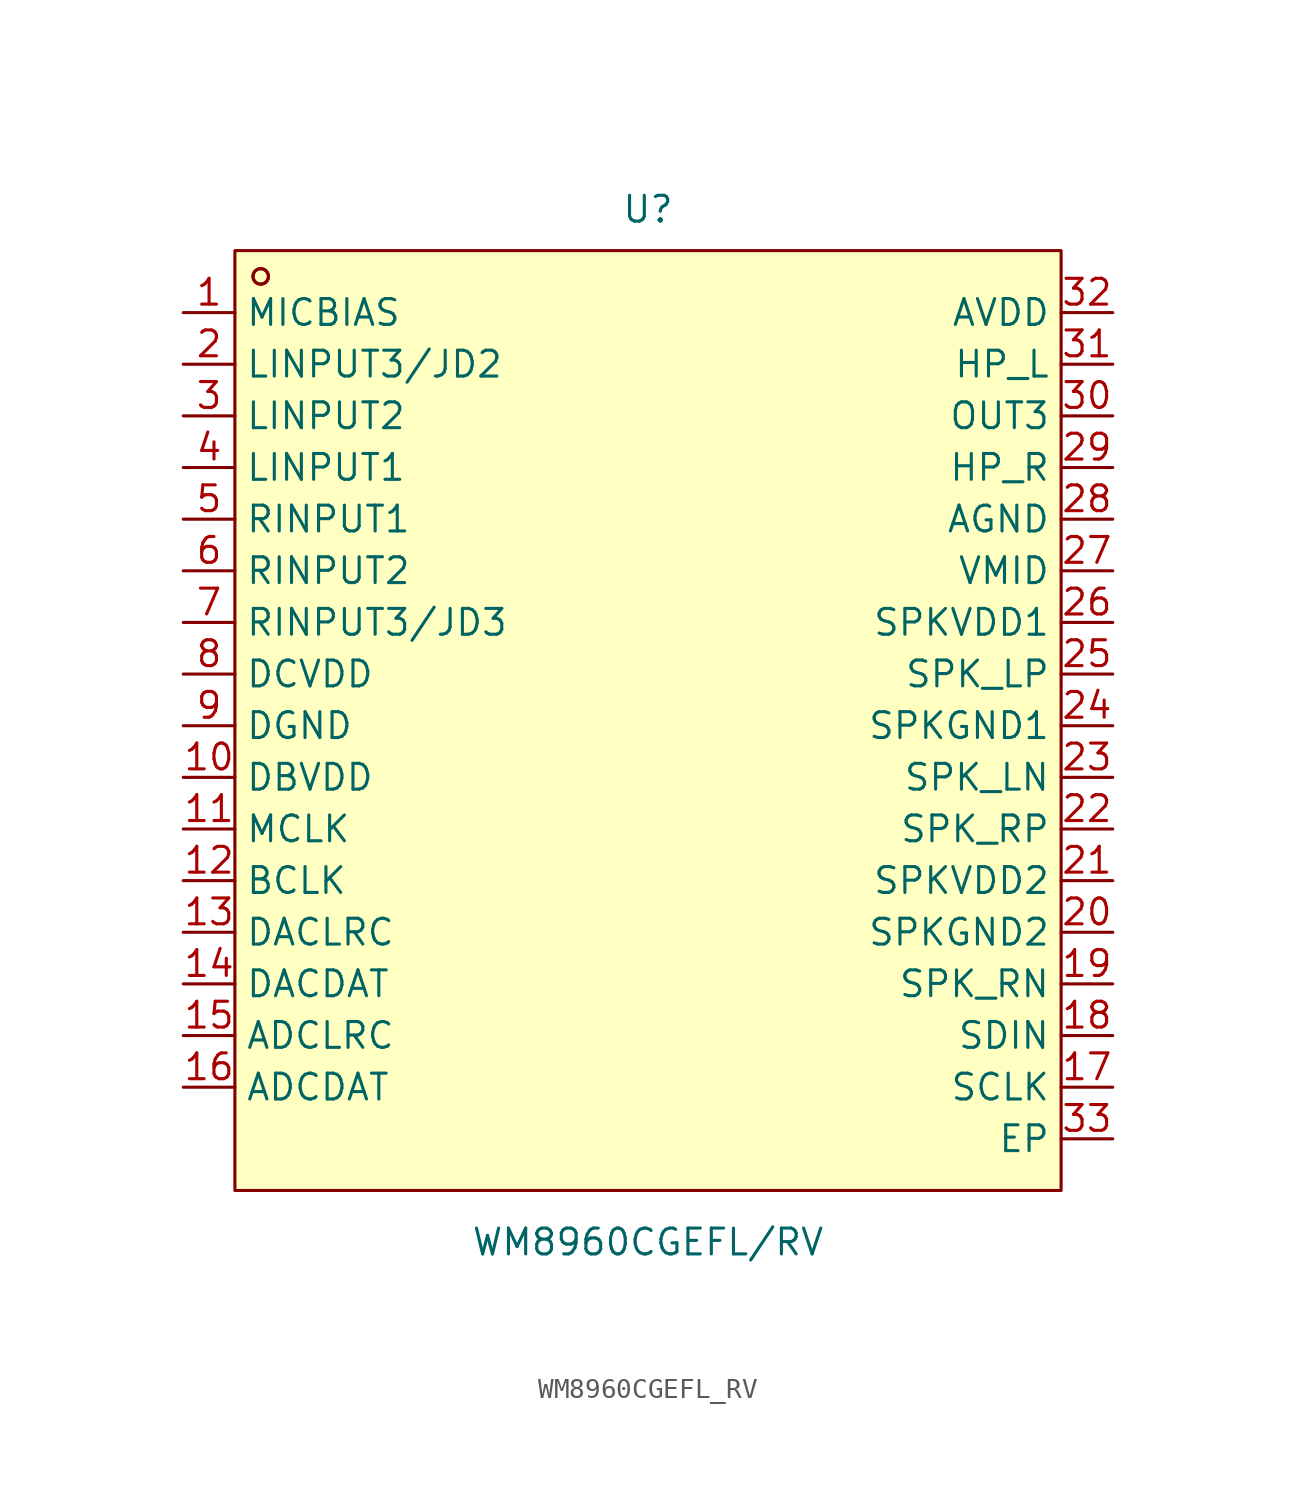
<source format=kicad_sym>
(kicad_symbol_lib
  (version 20211014)
  (generator https://github.com/uPesy/easyeda2kicad.py)
  (symbol "WM8960CGEFL_RV"
    (property "Reference" "U"
      (at 0 24.13 0)
      (effects (font (size 1.27 1.27))))
    (property "Value" "WM8960CGEFL/RV"
      (at 0 -26.67 0)
      (effects (font (size 1.27 1.27))))
    (symbol "WM8960CGEFL_RV_0_1"
      (rectangle (start -20.32 22.10) (end 20.32 -24.13) (stroke (width 0) (type default) (color 0 0 0 0)) (fill (type background)))
      (circle (center -19.05 20.83) (radius 0.38) (stroke (width 0) (type default) (color 0 0 0 0)) (fill (type none)))
      (circle (center -19.05 20.83) (radius 0.38) (stroke (width 0) (type default) (color 0 0 0 0)) (fill (type none)))
      (pin unspecified line (at -22.86 19.05 0) (length 2.54) (name "MICBIAS" (effects (font (size 1.27 1.27)))) (number "1" (effects (font (size 1.27 1.27)))))
      (pin unspecified line (at -22.86 16.51 0) (length 2.54) (name "LINPUT3/JD2" (effects (font (size 1.27 1.27)))) (number "2" (effects (font (size 1.27 1.27)))))
      (pin unspecified line (at -22.86 13.97 0) (length 2.54) (name "LINPUT2" (effects (font (size 1.27 1.27)))) (number "3" (effects (font (size 1.27 1.27)))))
      (pin unspecified line (at -22.86 11.43 0) (length 2.54) (name "LINPUT1" (effects (font (size 1.27 1.27)))) (number "4" (effects (font (size 1.27 1.27)))))
      (pin unspecified line (at -22.86 8.89 0) (length 2.54) (name "RINPUT1" (effects (font (size 1.27 1.27)))) (number "5" (effects (font (size 1.27 1.27)))))
      (pin unspecified line (at -22.86 6.35 0) (length 2.54) (name "RINPUT2" (effects (font (size 1.27 1.27)))) (number "6" (effects (font (size 1.27 1.27)))))
      (pin unspecified line (at -22.86 3.81 0) (length 2.54) (name "RINPUT3/JD3" (effects (font (size 1.27 1.27)))) (number "7" (effects (font (size 1.27 1.27)))))
      (pin unspecified line (at -22.86 1.27 0) (length 2.54) (name "DCVDD" (effects (font (size 1.27 1.27)))) (number "8" (effects (font (size 1.27 1.27)))))
      (pin unspecified line (at -22.86 -1.27 0) (length 2.54) (name "DGND" (effects (font (size 1.27 1.27)))) (number "9" (effects (font (size 1.27 1.27)))))
      (pin unspecified line (at -22.86 -3.81 0) (length 2.54) (name "DBVDD" (effects (font (size 1.27 1.27)))) (number "10" (effects (font (size 1.27 1.27)))))
      (pin unspecified line (at -22.86 -6.35 0) (length 2.54) (name "MCLK" (effects (font (size 1.27 1.27)))) (number "11" (effects (font (size 1.27 1.27)))))
      (pin unspecified line (at -22.86 -8.89 0) (length 2.54) (name "BCLK" (effects (font (size 1.27 1.27)))) (number "12" (effects (font (size 1.27 1.27)))))
      (pin unspecified line (at -22.86 -11.43 0) (length 2.54) (name "DACLRC" (effects (font (size 1.27 1.27)))) (number "13" (effects (font (size 1.27 1.27)))))
      (pin unspecified line (at -22.86 -13.97 0) (length 2.54) (name "DACDAT" (effects (font (size 1.27 1.27)))) (number "14" (effects (font (size 1.27 1.27)))))
      (pin unspecified line (at -22.86 -16.51 0) (length 2.54) (name "ADCLRC" (effects (font (size 1.27 1.27)))) (number "15" (effects (font (size 1.27 1.27)))))
      (pin unspecified line (at -22.86 -19.05 0) (length 2.54) (name "ADCDAT" (effects (font (size 1.27 1.27)))) (number "16" (effects (font (size 1.27 1.27)))))
      (pin unspecified line (at 22.86 -19.05 180) (length 2.54) (name "SCLK" (effects (font (size 1.27 1.27)))) (number "17" (effects (font (size 1.27 1.27)))))
      (pin unspecified line (at 22.86 -16.51 180) (length 2.54) (name "SDIN" (effects (font (size 1.27 1.27)))) (number "18" (effects (font (size 1.27 1.27)))))
      (pin unspecified line (at 22.86 -13.97 180) (length 2.54) (name "SPK_RN" (effects (font (size 1.27 1.27)))) (number "19" (effects (font (size 1.27 1.27)))))
      (pin unspecified line (at 22.86 -11.43 180) (length 2.54) (name "SPKGND2" (effects (font (size 1.27 1.27)))) (number "20" (effects (font (size 1.27 1.27)))))
      (pin unspecified line (at 22.86 -8.89 180) (length 2.54) (name "SPKVDD2" (effects (font (size 1.27 1.27)))) (number "21" (effects (font (size 1.27 1.27)))))
      (pin unspecified line (at 22.86 -6.35 180) (length 2.54) (name "SPK_RP" (effects (font (size 1.27 1.27)))) (number "22" (effects (font (size 1.27 1.27)))))
      (pin unspecified line (at 22.86 -3.81 180) (length 2.54) (name "SPK_LN" (effects (font (size 1.27 1.27)))) (number "23" (effects (font (size 1.27 1.27)))))
      (pin unspecified line (at 22.86 -1.27 180) (length 2.54) (name "SPKGND1" (effects (font (size 1.27 1.27)))) (number "24" (effects (font (size 1.27 1.27)))))
      (pin unspecified line (at 22.86 1.27 180) (length 2.54) (name "SPK_LP" (effects (font (size 1.27 1.27)))) (number "25" (effects (font (size 1.27 1.27)))))
      (pin unspecified line (at 22.86 3.81 180) (length 2.54) (name "SPKVDD1" (effects (font (size 1.27 1.27)))) (number "26" (effects (font (size 1.27 1.27)))))
      (pin unspecified line (at 22.86 6.35 180) (length 2.54) (name "VMID" (effects (font (size 1.27 1.27)))) (number "27" (effects (font (size 1.27 1.27)))))
      (pin unspecified line (at 22.86 8.89 180) (length 2.54) (name "AGND" (effects (font (size 1.27 1.27)))) (number "28" (effects (font (size 1.27 1.27)))))
      (pin unspecified line (at 22.86 11.43 180) (length 2.54) (name "HP_R" (effects (font (size 1.27 1.27)))) (number "29" (effects (font (size 1.27 1.27)))))
      (pin unspecified line (at 22.86 13.97 180) (length 2.54) (name "OUT3" (effects (font (size 1.27 1.27)))) (number "30" (effects (font (size 1.27 1.27)))))
      (pin unspecified line (at 22.86 16.51 180) (length 2.54) (name "HP_L" (effects (font (size 1.27 1.27)))) (number "31" (effects (font (size 1.27 1.27)))))
      (pin unspecified line (at 22.86 19.05 180) (length 2.54) (name "AVDD" (effects (font (size 1.27 1.27)))) (number "32" (effects (font (size 1.27 1.27)))))
      (pin unspecified line (at 22.86 -21.59 180) (length 2.54) (name "EP" (effects (font (size 1.27 1.27)))) (number "33" (effects (font (size 1.27 1.27))))))))
</source>
